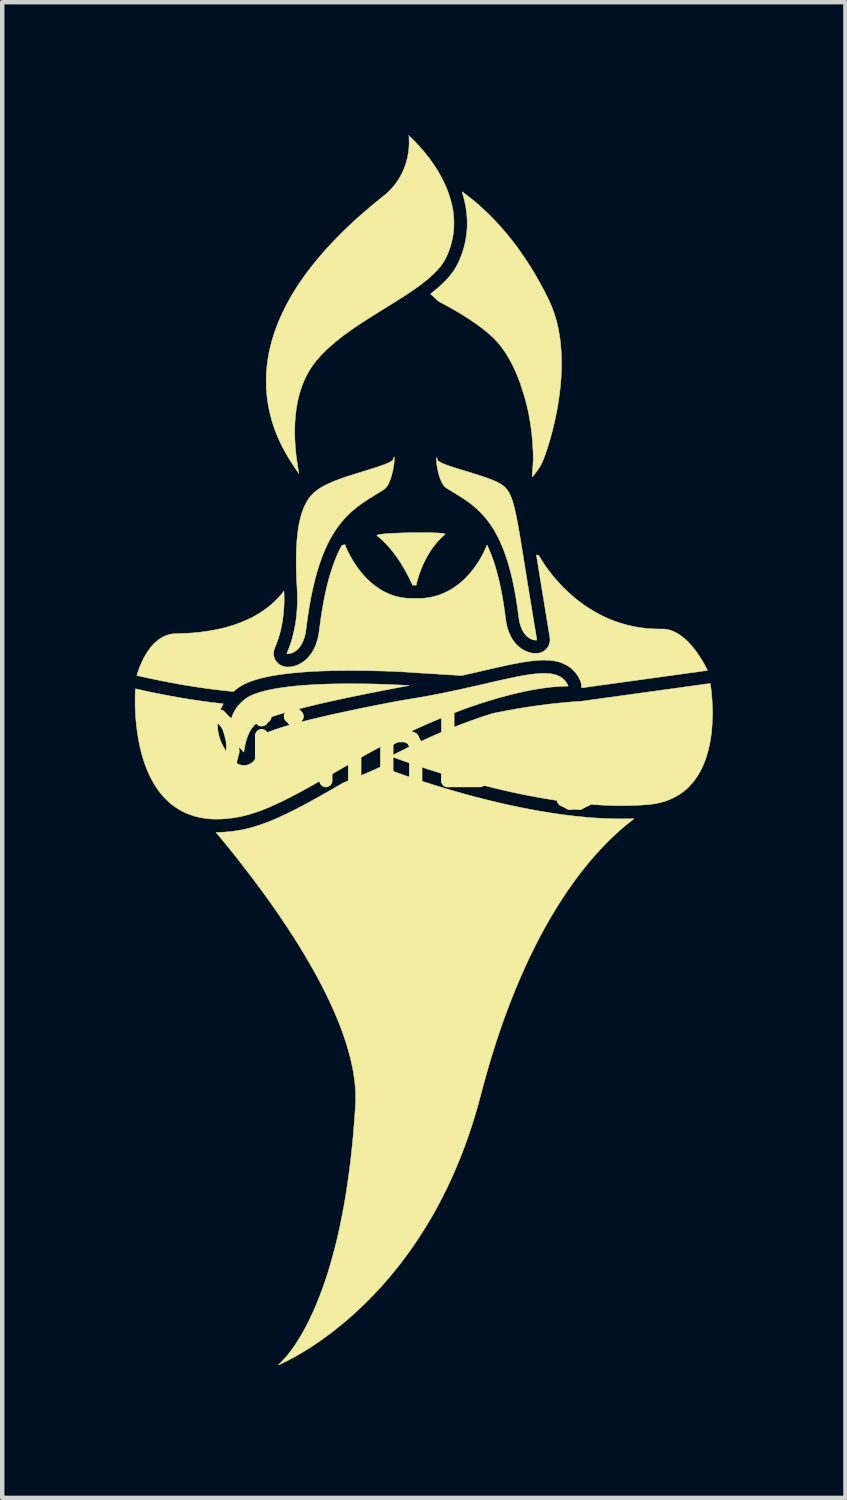
<source format=kicad_pcb>
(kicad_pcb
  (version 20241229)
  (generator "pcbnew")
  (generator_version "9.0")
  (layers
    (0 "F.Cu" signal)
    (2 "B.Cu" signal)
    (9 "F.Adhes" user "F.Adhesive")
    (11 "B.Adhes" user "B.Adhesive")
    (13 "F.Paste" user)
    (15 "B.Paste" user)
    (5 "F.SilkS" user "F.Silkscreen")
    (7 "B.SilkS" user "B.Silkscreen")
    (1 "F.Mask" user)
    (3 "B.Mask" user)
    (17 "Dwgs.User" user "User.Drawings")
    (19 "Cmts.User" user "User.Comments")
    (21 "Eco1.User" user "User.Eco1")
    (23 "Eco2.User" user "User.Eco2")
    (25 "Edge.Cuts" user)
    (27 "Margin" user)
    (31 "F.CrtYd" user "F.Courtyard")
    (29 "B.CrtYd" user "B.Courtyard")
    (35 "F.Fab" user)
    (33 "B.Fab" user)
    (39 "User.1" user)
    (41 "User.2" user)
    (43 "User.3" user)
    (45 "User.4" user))
  (footprint "DjinnLogo"
    (layer "F.Cu")
    (at 6.531 13.91)
    (property "Reference" "DjinnLogo" (at 0 0 0) (layer "F.SilkS") (effects (font (size 1.524 1.524) (thickness 0.3))))
    (attr exclude_from_pos_files exclude_from_bom)
    (fp_poly (pts (xy -0.337 -13.903) (xy -0.337 -13.903) (xy -0.336 -13.897) (xy -0.336 -13.895) (xy -0.336 -13.892) (xy -0.338 -13.892) (xy -0.341 -13.894) (xy -0.341 -13.897) (xy -0.34 -13.902) (xy -0.338 -13.905) (xy -0.337 -13.903)) (stroke (width 0.01) (type solid)) (fill yes) (layer "F.SilkS"))
    (fp_poly (pts (xy -0.049 -4.915) (xy -0.01 -4.915) (xy 0.028 -4.915) (xy 0.065 -4.915) (xy 0.1 -4.915) (xy 0.133 -4.914) (xy 0.164 -4.914) (xy 0.191 -4.914) (xy 0.216 -4.913) (xy 0.237 -4.913) (xy 0.253 -4.912) (xy 0.262 -4.912) (xy 0.305 -4.91) (xy 0.343 -4.907) (xy 0.376 -4.905) (xy 0.405 -4.902) (xy 0.429 -4.9) (xy 0.448 -4.897) (xy 0.464 -4.894) (xy 0.474 -4.891) (xy 0.481 -4.887) (xy 0.482 -4.886) (xy 0.484 -4.883) (xy 0.482 -4.88) (xy 0.478 -4.877) (xy 0.447 -4.849) (xy 0.413 -4.818) (xy 0.379 -4.784) (xy 0.345 -4.748) (xy 0.311 -4.71) (xy 0.279 -4.673) (xy 0.248 -4.635) (xy 0.246 -4.633) (xy 0.193 -4.562) (xy 0.143 -4.487) (xy 0.095 -4.409) (xy 0.05 -4.328) (xy 0.008 -4.244) (xy -0.032 -4.157) (xy -0.068 -4.067) (xy -0.101 -3.976) (xy -0.131 -3.883) (xy -0.157 -3.789) (xy -0.162 -3.769) (xy -0.172 -3.727) (xy -0.183 -3.727) (xy -0.189 -3.728) (xy -0.199 -3.728) (xy -0.211 -3.729) (xy -0.223 -3.729) (xy -0.252 -3.73) (xy -0.276 -3.783) (xy -0.322 -3.877) (xy -0.37 -3.97) (xy -0.419 -4.061) (xy -0.471 -4.149) (xy -0.523 -4.235) (xy -0.577 -4.317) (xy -0.632 -4.395) (xy -0.688 -4.47) (xy -0.732 -4.525) (xy -0.781 -4.584) (xy -0.832 -4.64) (xy -0.883 -4.694) (xy -0.935 -4.744) (xy -0.987 -4.791) (xy -1.031 -4.828) (xy -1.044 -4.838) (xy -1.053 -4.847) (xy -1.058 -4.852) (xy -1.06 -4.855) (xy -1.06 -4.855) (xy -1.056 -4.859) (xy -1.048 -4.863) (xy -1.035 -4.867) (xy -1.019 -4.871) (xy -1 -4.875) (xy -0.977 -4.879) (xy -0.955 -4.882) (xy -0.929 -4.885) (xy -0.9 -4.888) (xy -0.869 -4.89) (xy -0.835 -4.893) (xy -0.798 -4.896) (xy -0.758 -4.898) (xy -0.715 -4.901) (xy -0.668 -4.903) (xy -0.617 -4.905) (xy -0.563 -4.907) (xy -0.504 -4.91) (xy -0.44 -4.912) (xy -0.438 -4.912) (xy -0.42 -4.912) (xy -0.398 -4.913) (xy -0.372 -4.913) (xy -0.343 -4.914) (xy -0.312 -4.914) (xy -0.278 -4.914) (xy -0.242 -4.915) (xy -0.205 -4.915) (xy -0.167 -4.915) (xy -0.127 -4.915) (xy -0.088 -4.915) (xy -0.049 -4.915)) (stroke (width 0.01) (type solid)) (fill yes) (layer "F.SilkS"))
    (fp_poly (pts (xy -1.562 -1.499) (xy -1.481 -1.498) (xy -1.403 -1.498) (xy -1.327 -1.497) (xy -1.253 -1.496) (xy -1.181 -1.495) (xy -1.108 -1.493) (xy -1.035 -1.491) (xy -0.961 -1.489) (xy -0.886 -1.486) (xy -0.807 -1.483) (xy -0.725 -1.48) (xy -0.667 -1.478) (xy -0.639 -1.476) (xy -0.61 -1.475) (xy -0.581 -1.474) (xy -0.551 -1.472) (xy -0.522 -1.471) (xy -0.493 -1.469) (xy -0.466 -1.468) (xy -0.44 -1.466) (xy -0.415 -1.465) (xy -0.393 -1.464) (xy -0.374 -1.463) (xy -0.357 -1.462) (xy -0.344 -1.461) (xy -0.335 -1.46) (xy -0.329 -1.459) (xy -0.328 -1.459) (xy -0.331 -1.459) (xy -0.337 -1.457) (xy -0.347 -1.455) (xy -0.36 -1.453) (xy -0.376 -1.45) (xy -0.394 -1.447) (xy -0.414 -1.443) (xy -0.423 -1.441) (xy -0.53 -1.422) (xy -0.639 -1.401) (xy -0.749 -1.381) (xy -0.859 -1.36) (xy -0.97 -1.338) (xy -1.082 -1.316) (xy -1.193 -1.294) (xy -1.303 -1.272) (xy -1.413 -1.25) (xy -1.522 -1.227) (xy -1.629 -1.205) (xy -1.735 -1.183) (xy -1.839 -1.161) (xy -1.94 -1.139) (xy -2.039 -1.117) (xy -2.135 -1.096) (xy -2.228 -1.075) (xy -2.317 -1.055) (xy -2.403 -1.035) (xy -2.484 -1.015) (xy -2.549 -1) (xy -2.583 -0.991) (xy -2.613 -0.984) (xy -2.64 -0.978) (xy -2.663 -0.972) (xy -2.683 -0.967) (xy -2.702 -0.962) (xy -2.718 -0.958) (xy -2.734 -0.954) (xy -2.749 -0.95) (xy -2.764 -0.947) (xy -2.779 -0.943) (xy -2.795 -0.939) (xy -2.805 -0.936) (xy -2.898 -0.912) (xy -2.988 -0.888) (xy -3.072 -0.864) (xy -3.153 -0.842) (xy -3.228 -0.819) (xy -3.3 -0.798) (xy -3.367 -0.777) (xy -3.43 -0.756) (xy -3.49 -0.735) (xy -3.545 -0.715) (xy -3.596 -0.696) (xy -3.644 -0.677) (xy -3.687 -0.658) (xy -3.701 -0.652) (xy -3.714 -0.646) (xy -3.727 -0.639) (xy -3.738 -0.633) (xy -3.746 -0.629) (xy -3.777 -0.608) (xy -3.808 -0.583) (xy -3.838 -0.555) (xy -3.866 -0.522) (xy -3.893 -0.487) (xy -3.909 -0.462) (xy -3.917 -0.448) (xy -3.927 -0.43) (xy -3.937 -0.411) (xy -3.948 -0.39) (xy -3.958 -0.368) (xy -3.967 -0.348) (xy -3.975 -0.33) (xy -3.978 -0.324) (xy -3.995 -0.275) (xy -4.012 -0.223) (xy -4.027 -0.169) (xy -4.04 -0.114) (xy -4.051 -0.06) (xy -4.059 -0.007) (xy -4.062 0.01) (xy -4.063 0.023) (xy -4.065 0.032) (xy -4.066 0.038) (xy -4.066 0.042) (xy -4.067 0.044) (xy -4.068 0.045) (xy -4.069 0.045) (xy -4.069 0.045) (xy -4.071 0.043) (xy -4.076 0.039) (xy -4.082 0.032) (xy -4.091 0.023) (xy -4.097 0.017) (xy -4.144 -0.037) (xy -4.187 -0.091) (xy -4.226 -0.147) (xy -4.26 -0.203) (xy -4.289 -0.26) (xy -4.314 -0.317) (xy -4.326 -0.352) (xy -4.343 -0.408) (xy -4.355 -0.463) (xy -4.362 -0.517) (xy -4.364 -0.571) (xy -4.362 -0.624) (xy -4.355 -0.677) (xy -4.343 -0.729) (xy -4.327 -0.78) (xy -4.306 -0.83) (xy -4.28 -0.88) (xy -4.25 -0.929) (xy -4.215 -0.977) (xy -4.176 -1.024) (xy -4.132 -1.071) (xy -4.088 -1.111) (xy -4.062 -1.134) (xy -4.036 -1.154) (xy -4.011 -1.173) (xy -3.985 -1.189) (xy -3.956 -1.206) (xy -3.924 -1.222) (xy -3.921 -1.224) (xy -3.871 -1.247) (xy -3.817 -1.269) (xy -3.758 -1.29) (xy -3.695 -1.31) (xy -3.627 -1.329) (xy -3.555 -1.347) (xy -3.478 -1.364) (xy -3.397 -1.38) (xy -3.312 -1.395) (xy -3.222 -1.409) (xy -3.128 -1.422) (xy -3.03 -1.435) (xy -2.928 -1.446) (xy -2.821 -1.456) (xy -2.711 -1.465) (xy -2.596 -1.473) (xy -2.477 -1.48) (xy -2.355 -1.486) (xy -2.348 -1.486) (xy -2.3 -1.488) (xy -2.255 -1.49) (xy -2.212 -1.491) (xy -2.169 -1.493) (xy -2.128 -1.494) (xy -2.086 -1.495) (xy -2.044 -1.496) (xy -2.002 -1.497) (xy -1.958 -1.497) (xy -1.912 -1.498) (xy -1.864 -1.498) (xy -1.813 -1.499) (xy -1.759 -1.499) (xy -1.701 -1.499) (xy -1.647 -1.499) (xy -1.562 -1.499)) (stroke (width 0.01) (type solid)) (fill yes) (layer "F.SilkS"))
    (fp_poly (pts (xy 6.479 -1.503) (xy 6.48 -1.496) (xy 6.482 -1.485) (xy 6.484 -1.471) (xy 6.487 -1.454) (xy 6.489 -1.436) (xy 6.492 -1.415) (xy 6.495 -1.394) (xy 6.498 -1.372) (xy 6.5 -1.35) (xy 6.503 -1.328) (xy 6.505 -1.307) (xy 6.507 -1.293) (xy 6.517 -1.173) (xy 6.524 -1.054) (xy 6.529 -0.936) (xy 6.53 -0.819) (xy 6.528 -0.704) (xy 6.522 -0.591) (xy 6.514 -0.48) (xy 6.503 -0.371) (xy 6.488 -0.265) (xy 6.471 -0.163) (xy 6.463 -0.125) (xy 6.441 -0.026) (xy 6.416 0.069) (xy 6.388 0.16) (xy 6.357 0.248) (xy 6.324 0.332) (xy 6.287 0.413) (xy 6.247 0.49) (xy 6.204 0.564) (xy 6.159 0.633) (xy 6.11 0.699) (xy 6.059 0.762) (xy 6.005 0.821) (xy 5.948 0.876) (xy 5.888 0.927) (xy 5.855 0.952) (xy 5.797 0.993) (xy 5.735 1.031) (xy 5.671 1.067) (xy 5.604 1.099) (xy 5.535 1.128) (xy 5.465 1.154) (xy 5.465 1.154) (xy 5.391 1.176) (xy 5.314 1.195) (xy 5.234 1.211) (xy 5.152 1.224) (xy 5.076 1.232) (xy 4.997 1.238) (xy 4.913 1.244) (xy 4.826 1.249) (xy 4.737 1.252) (xy 4.646 1.255) (xy 4.553 1.256) (xy 4.461 1.257) (xy 4.368 1.256) (xy 4.344 1.256) (xy 4.183 1.251) (xy 4.019 1.244) (xy 3.851 1.233) (xy 3.68 1.219) (xy 3.506 1.202) (xy 3.328 1.182) (xy 3.148 1.158) (xy 2.964 1.132) (xy 2.778 1.102) (xy 2.588 1.07) (xy 2.396 1.034) (xy 2.201 0.995) (xy 2.004 0.953) (xy 1.803 0.908) (xy 1.601 0.86) (xy 1.396 0.809) (xy 1.188 0.755) (xy 0.978 0.698) (xy 0.939 0.687) (xy 0.669 0.609) (xy 0.398 0.528) (xy 0.126 0.442) (xy -0.146 0.353) (xy -0.416 0.26) (xy -0.665 0.171) (xy -0.684 0.164) (xy -0.701 0.158) (xy -0.716 0.152) (xy -0.728 0.147) (xy -0.737 0.144) (xy -0.743 0.141) (xy -0.745 0.14) (xy -0.743 0.139) (xy -0.737 0.135) (xy -0.727 0.13) (xy -0.714 0.122) (xy -0.697 0.114) (xy -0.677 0.103) (xy -0.654 0.091) (xy -0.629 0.078) (xy -0.601 0.064) (xy -0.57 0.049) (xy -0.538 0.033) (xy -0.504 0.016) (xy -0.485 0.006) (xy -0.314 -0.079) (xy -0.141 -0.161) (xy 0.032 -0.241) (xy 0.204 -0.319) (xy 0.377 -0.393) (xy 0.548 -0.465) (xy 0.719 -0.533) (xy 0.889 -0.598) (xy 1.056 -0.66) (xy 1.222 -0.719) (xy 1.386 -0.774) (xy 1.5 -0.81) (xy 1.516 -0.815) (xy 1.53 -0.82) (xy 1.544 -0.824) (xy 1.558 -0.828) (xy 1.572 -0.831) (xy 1.587 -0.835) (xy 1.603 -0.839) (xy 1.622 -0.842) (xy 1.643 -0.847) (xy 1.667 -0.852) (xy 1.696 -0.857) (xy 1.712 -0.86) (xy 1.905 -0.897) (xy 2.097 -0.931) (xy 2.288 -0.963) (xy 2.476 -0.991) (xy 2.663 -1.017) (xy 2.846 -1.04) (xy 3.027 -1.06) (xy 3.205 -1.077) (xy 3.38 -1.092) (xy 3.486 -1.099) (xy 3.505 -1.1) (xy 3.522 -1.101) (xy 3.538 -1.103) (xy 3.551 -1.104) (xy 3.561 -1.104) (xy 3.568 -1.105) (xy 3.569 -1.105) (xy 3.572 -1.105) (xy 3.58 -1.106) (xy 3.592 -1.108) (xy 3.608 -1.11) (xy 3.628 -1.113) (xy 3.652 -1.116) (xy 3.679 -1.12) (xy 3.709 -1.124) (xy 3.742 -1.129) (xy 3.779 -1.134) (xy 3.818 -1.139) (xy 3.859 -1.145) (xy 3.903 -1.151) (xy 3.949 -1.157) (xy 3.996 -1.164) (xy 4.046 -1.171) (xy 4.096 -1.178) (xy 4.148 -1.185) (xy 4.164 -1.187) (xy 4.244 -1.198) (xy 4.319 -1.208) (xy 4.391 -1.218) (xy 4.458 -1.228) (xy 4.522 -1.236) (xy 4.583 -1.245) (xy 4.64 -1.253) (xy 4.695 -1.26) (xy 4.748 -1.268) (xy 4.798 -1.275) (xy 4.846 -1.281) (xy 4.893 -1.288) (xy 4.939 -1.294) (xy 4.983 -1.3) (xy 5.026 -1.306) (xy 5.07 -1.312) (xy 5.112 -1.318) (xy 5.155 -1.324) (xy 5.199 -1.33) (xy 5.243 -1.336) (xy 5.287 -1.342) (xy 5.333 -1.349) (xy 5.381 -1.355) (xy 5.43 -1.362) (xy 5.481 -1.369) (xy 5.535 -1.377) (xy 5.591 -1.384) (xy 5.65 -1.392) (xy 5.713 -1.401) (xy 5.778 -1.41) (xy 5.828 -1.417) (xy 5.883 -1.425) (xy 5.936 -1.432) (xy 5.989 -1.439) (xy 6.039 -1.446) (xy 6.088 -1.453) (xy 6.135 -1.459) (xy 6.18 -1.466) (xy 6.222 -1.471) (xy 6.262 -1.477) (xy 6.299 -1.482) (xy 6.333 -1.487) (xy 6.364 -1.491) (xy 6.392 -1.495) (xy 6.416 -1.498) (xy 6.437 -1.501) (xy 6.453 -1.503) (xy 6.466 -1.504) (xy 6.474 -1.505) (xy 6.478 -1.506) (xy 6.478 -1.506) (xy 6.479 -1.503)) (stroke (width 0.01) (type solid)) (fill yes) (layer "F.SilkS"))
    (fp_poly (pts (xy 0.295 -6.609) (xy 0.298 -6.602) (xy 0.302 -6.59) (xy 0.306 -6.579) (xy 0.309 -6.567) (xy 0.312 -6.559) (xy 0.316 -6.552) (xy 0.321 -6.546) (xy 0.322 -6.544) (xy 0.333 -6.534) (xy 0.347 -6.524) (xy 0.365 -6.512) (xy 0.387 -6.501) (xy 0.413 -6.488) (xy 0.442 -6.475) (xy 0.476 -6.462) (xy 0.514 -6.447) (xy 0.556 -6.432) (xy 0.603 -6.416) (xy 0.641 -6.404) (xy 0.656 -6.399) (xy 0.672 -6.393) (xy 0.689 -6.388) (xy 0.706 -6.382) (xy 0.726 -6.376) (xy 0.747 -6.37) (xy 0.77 -6.363) (xy 0.795 -6.355) (xy 0.823 -6.346) (xy 0.854 -6.337) (xy 0.888 -6.326) (xy 0.925 -6.315) (xy 0.967 -6.302) (xy 1.013 -6.288) (xy 1.027 -6.284) (xy 1.098 -6.262) (xy 1.164 -6.241) (xy 1.226 -6.221) (xy 1.284 -6.203) (xy 1.339 -6.185) (xy 1.389 -6.167) (xy 1.436 -6.151) (xy 1.48 -6.135) (xy 1.52 -6.12) (xy 1.558 -6.105) (xy 1.592 -6.091) (xy 1.624 -6.077) (xy 1.654 -6.063) (xy 1.681 -6.049) (xy 1.707 -6.036) (xy 1.73 -6.023) (xy 1.751 -6.009) (xy 1.771 -5.996) (xy 1.79 -5.982) (xy 1.793 -5.98) (xy 1.815 -5.962) (xy 1.837 -5.942) (xy 1.857 -5.921) (xy 1.877 -5.898) (xy 1.895 -5.874) (xy 1.913 -5.847) (xy 1.93 -5.818) (xy 1.946 -5.786) (xy 1.962 -5.752) (xy 1.978 -5.715) (xy 1.993 -5.675) (xy 2.007 -5.632) (xy 2.021 -5.585) (xy 2.035 -5.535) (xy 2.049 -5.482) (xy 2.063 -5.424) (xy 2.077 -5.362) (xy 2.091 -5.296) (xy 2.105 -5.226) (xy 2.115 -5.174) (xy 2.119 -5.15) (xy 2.124 -5.126) (xy 2.128 -5.103) (xy 2.133 -5.078) (xy 2.137 -5.054) (xy 2.142 -5.029) (xy 2.146 -5.002) (xy 2.151 -4.975) (xy 2.156 -4.946) (xy 2.161 -4.916) (xy 2.167 -4.884) (xy 2.172 -4.85) (xy 2.178 -4.814) (xy 2.185 -4.776) (xy 2.191 -4.735) (xy 2.199 -4.692) (xy 2.206 -4.645) (xy 2.214 -4.596) (xy 2.223 -4.543) (xy 2.232 -4.486) (xy 2.242 -4.426) (xy 2.252 -4.362) (xy 2.263 -4.294) (xy 2.275 -4.222) (xy 2.285 -4.16) (xy 2.307 -4.021) (xy 2.329 -3.887) (xy 2.35 -3.756) (xy 2.371 -3.63) (xy 2.391 -3.507) (xy 2.41 -3.388) (xy 2.43 -3.271) (xy 2.448 -3.158) (xy 2.466 -3.047) (xy 2.484 -2.938) (xy 2.502 -2.832) (xy 2.512 -2.769) (xy 2.518 -2.735) (xy 2.524 -2.702) (xy 2.529 -2.67) (xy 2.534 -2.641) (xy 2.538 -2.613) (xy 2.542 -2.588) (xy 2.546 -2.565) (xy 2.549 -2.546) (xy 2.552 -2.529) (xy 2.554 -2.517) (xy 2.555 -2.509) (xy 2.556 -2.505) (xy 2.556 -2.497) (xy 2.556 -2.492) (xy 2.555 -2.49) (xy 2.552 -2.488) (xy 2.551 -2.488) (xy 2.543 -2.486) (xy 2.532 -2.486) (xy 2.519 -2.486) (xy 2.505 -2.488) (xy 2.495 -2.489) (xy 2.469 -2.495) (xy 2.442 -2.505) (xy 2.415 -2.517) (xy 2.389 -2.532) (xy 2.364 -2.549) (xy 2.363 -2.549) (xy 2.33 -2.577) (xy 2.3 -2.608) (xy 2.272 -2.643) (xy 2.247 -2.682) (xy 2.225 -2.725) (xy 2.204 -2.772) (xy 2.187 -2.823) (xy 2.174 -2.866) (xy 2.17 -2.883) (xy 2.167 -2.899) (xy 2.163 -2.915) (xy 2.16 -2.932) (xy 2.156 -2.951) (xy 2.153 -2.972) (xy 2.15 -2.996) (xy 2.146 -3.023) (xy 2.142 -3.055) (xy 2.141 -3.06) (xy 2.122 -3.199) (xy 2.102 -3.334) (xy 2.081 -3.465) (xy 2.058 -3.591) (xy 2.035 -3.713) (xy 2.01 -3.83) (xy 1.984 -3.944) (xy 1.956 -4.054) (xy 1.927 -4.16) (xy 1.897 -4.262) (xy 1.865 -4.36) (xy 1.832 -4.455) (xy 1.797 -4.547) (xy 1.761 -4.635) (xy 1.724 -4.719) (xy 1.685 -4.801) (xy 1.644 -4.879) (xy 1.602 -4.955) (xy 1.589 -4.977) (xy 1.536 -5.06) (xy 1.481 -5.14) (xy 1.423 -5.217) (xy 1.362 -5.29) (xy 1.297 -5.36) (xy 1.228 -5.428) (xy 1.156 -5.493) (xy 1.08 -5.556) (xy 1.031 -5.593) (xy 1.01 -5.609) (xy 0.988 -5.624) (xy 0.966 -5.64) (xy 0.943 -5.656) (xy 0.92 -5.672) (xy 0.895 -5.688) (xy 0.868 -5.706) (xy 0.84 -5.724) (xy 0.809 -5.743) (xy 0.776 -5.764) (xy 0.74 -5.786) (xy 0.701 -5.81) (xy 0.658 -5.836) (xy 0.614 -5.863) (xy 0.589 -5.878) (xy 0.569 -5.891) (xy 0.552 -5.901) (xy 0.537 -5.91) (xy 0.525 -5.917) (xy 0.516 -5.923) (xy 0.508 -5.928) (xy 0.502 -5.933) (xy 0.496 -5.937) (xy 0.492 -5.941) (xy 0.488 -5.945) (xy 0.483 -5.949) (xy 0.479 -5.953) (xy 0.458 -5.975) (xy 0.439 -6.002) (xy 0.42 -6.033) (xy 0.402 -6.067) (xy 0.385 -6.106) (xy 0.368 -6.148) (xy 0.353 -6.192) (xy 0.339 -6.24) (xy 0.326 -6.29) (xy 0.315 -6.343) (xy 0.305 -6.397) (xy 0.296 -6.454) (xy 0.292 -6.488) (xy 0.29 -6.505) (xy 0.289 -6.522) (xy 0.288 -6.54) (xy 0.287 -6.558) (xy 0.286 -6.574) (xy 0.286 -6.588) (xy 0.287 -6.599) (xy 0.287 -6.607) (xy 0.289 -6.611) (xy 0.289 -6.611) (xy 0.292 -6.612) (xy 0.295 -6.609)) (stroke (width 0.01) (type solid)) (fill yes) (layer "F.SilkS"))
    (fp_poly (pts (xy -0.669 -6.626) (xy -0.667 -6.622) (xy -0.666 -6.614) (xy -0.665 -6.603) (xy -0.665 -6.587) (xy -0.665 -6.567) (xy -0.665 -6.566) (xy -0.668 -6.522) (xy -0.673 -6.476) (xy -0.68 -6.426) (xy -0.688 -6.376) (xy -0.698 -6.325) (xy -0.71 -6.274) (xy -0.722 -6.224) (xy -0.736 -6.177) (xy -0.744 -6.152) (xy -0.759 -6.11) (xy -0.774 -6.072) (xy -0.789 -6.038) (xy -0.804 -6.008) (xy -0.82 -5.981) (xy -0.837 -5.956) (xy -0.855 -5.934) (xy -0.87 -5.919) (xy -0.877 -5.912) (xy -0.884 -5.905) (xy -0.891 -5.9) (xy -0.897 -5.894) (xy -0.905 -5.889) (xy -0.915 -5.882) (xy -0.926 -5.875) (xy -0.94 -5.866) (xy -0.958 -5.855) (xy -0.959 -5.855) (xy -0.998 -5.831) (xy -1.034 -5.809) (xy -1.066 -5.79) (xy -1.095 -5.772) (xy -1.12 -5.756) (xy -1.144 -5.742) (xy -1.164 -5.729) (xy -1.183 -5.718) (xy -1.2 -5.707) (xy -1.215 -5.698) (xy -1.229 -5.689) (xy -1.242 -5.68) (xy -1.255 -5.673) (xy -1.267 -5.665) (xy -1.278 -5.657) (xy -1.29 -5.649) (xy -1.303 -5.641) (xy -1.315 -5.632) (xy -1.323 -5.627) (xy -1.38 -5.589) (xy -1.432 -5.552) (xy -1.482 -5.515) (xy -1.529 -5.479) (xy -1.573 -5.442) (xy -1.616 -5.405) (xy -1.659 -5.366) (xy -1.701 -5.326) (xy -1.719 -5.308) (xy -1.748 -5.278) (xy -1.775 -5.251) (xy -1.799 -5.224) (xy -1.823 -5.197) (xy -1.847 -5.169) (xy -1.852 -5.163) (xy -1.906 -5.095) (xy -1.959 -5.023) (xy -2.009 -4.949) (xy -2.058 -4.871) (xy -2.105 -4.79) (xy -2.15 -4.705) (xy -2.193 -4.617) (xy -2.235 -4.525) (xy -2.274 -4.43) (xy -2.312 -4.33) (xy -2.349 -4.227) (xy -2.384 -4.12) (xy -2.417 -4.009) (xy -2.449 -3.894) (xy -2.479 -3.774) (xy -2.508 -3.65) (xy -2.528 -3.558) (xy -2.544 -3.48) (xy -2.56 -3.397) (xy -2.575 -3.311) (xy -2.591 -3.223) (xy -2.605 -3.133) (xy -2.619 -3.042) (xy -2.632 -2.952) (xy -2.644 -2.862) (xy -2.653 -2.793) (xy -2.659 -2.745) (xy -2.665 -2.702) (xy -2.672 -2.663) (xy -2.678 -2.627) (xy -2.686 -2.593) (xy -2.694 -2.562) (xy -2.703 -2.532) (xy -2.713 -2.503) (xy -2.724 -2.475) (xy -2.736 -2.447) (xy -2.736 -2.446) (xy -2.758 -2.403) (xy -2.782 -2.363) (xy -2.808 -2.327) (xy -2.837 -2.294) (xy -2.868 -2.264) (xy -2.9 -2.239) (xy -2.934 -2.217) (xy -2.969 -2.2) (xy -3.006 -2.187) (xy -3.014 -2.185) (xy -3.027 -2.182) (xy -3.041 -2.18) (xy -3.055 -2.178) (xy -3.069 -2.178) (xy -3.08 -2.178) (xy -3.089 -2.178) (xy -3.091 -2.179) (xy -3.095 -2.181) (xy -3.096 -2.184) (xy -3.095 -2.187) (xy -3.092 -2.194) (xy -3.088 -2.204) (xy -3.083 -2.216) (xy -3.078 -2.23) (xy -3.075 -2.235) (xy -3.038 -2.329) (xy -3.004 -2.426) (xy -2.974 -2.527) (xy -2.947 -2.63) (xy -2.923 -2.737) (xy -2.903 -2.846) (xy -2.891 -2.92) (xy -2.876 -3.041) (xy -2.866 -3.164) (xy -2.859 -3.289) (xy -2.857 -3.415) (xy -2.859 -3.544) (xy -2.864 -3.65) (xy -2.868 -3.728) (xy -2.872 -3.803) (xy -2.876 -3.874) (xy -2.878 -3.942) (xy -2.88 -4.008) (xy -2.882 -4.072) (xy -2.883 -4.136) (xy -2.884 -4.199) (xy -2.884 -4.263) (xy -2.883 -4.327) (xy -2.883 -4.33) (xy -2.883 -4.38) (xy -2.882 -4.425) (xy -2.881 -4.468) (xy -2.88 -4.507) (xy -2.879 -4.545) (xy -2.877 -4.581) (xy -2.876 -4.617) (xy -2.873 -4.652) (xy -2.871 -4.689) (xy -2.869 -4.719) (xy -2.86 -4.817) (xy -2.85 -4.91) (xy -2.838 -4.999) (xy -2.824 -5.084) (xy -2.808 -5.165) (xy -2.79 -5.242) (xy -2.77 -5.314) (xy -2.748 -5.383) (xy -2.724 -5.448) (xy -2.699 -5.509) (xy -2.671 -5.567) (xy -2.641 -5.621) (xy -2.61 -5.671) (xy -2.576 -5.717) (xy -2.54 -5.761) (xy -2.536 -5.765) (xy -2.502 -5.801) (xy -2.465 -5.835) (xy -2.425 -5.867) (xy -2.382 -5.899) (xy -2.335 -5.929) (xy -2.285 -5.958) (xy -2.23 -5.987) (xy -2.197 -6.004) (xy -2.167 -6.018) (xy -2.139 -6.031) (xy -2.11 -6.044) (xy -2.082 -6.056) (xy -2.053 -6.069) (xy -2.024 -6.081) (xy -1.994 -6.093) (xy -1.963 -6.105) (xy -1.931 -6.117) (xy -1.897 -6.129) (xy -1.862 -6.142) (xy -1.824 -6.155) (xy -1.785 -6.169) (xy -1.742 -6.183) (xy -1.697 -6.198) (xy -1.648 -6.213) (xy -1.597 -6.23) (xy -1.541 -6.247) (xy -1.482 -6.265) (xy -1.419 -6.285) (xy -1.373 -6.299) (xy -1.312 -6.318) (xy -1.255 -6.335) (xy -1.202 -6.352) (xy -1.153 -6.367) (xy -1.108 -6.382) (xy -1.067 -6.395) (xy -1.028 -6.408) (xy -0.993 -6.42) (xy -0.96 -6.432) (xy -0.93 -6.442) (xy -0.902 -6.453) (xy -0.877 -6.462) (xy -0.853 -6.472) (xy -0.831 -6.481) (xy -0.81 -6.49) (xy -0.792 -6.498) (xy -0.767 -6.51) (xy -0.745 -6.523) (xy -0.726 -6.536) (xy -0.711 -6.548) (xy -0.7 -6.559) (xy -0.693 -6.57) (xy -0.691 -6.576) (xy -0.687 -6.59) (xy -0.683 -6.603) (xy -0.679 -6.614) (xy -0.676 -6.622) (xy -0.673 -6.627) (xy -0.671 -6.627) (xy -0.669 -6.626)) (stroke (width 0.01) (type solid)) (fill yes) (layer "F.SilkS"))
    (fp_poly (pts (xy 0.87 -12.622) (xy 0.875 -12.619) (xy 0.884 -12.613) (xy 0.896 -12.605) (xy 0.91 -12.595) (xy 0.926 -12.583) (xy 0.944 -12.569) (xy 0.963 -12.555) (xy 0.984 -12.539) (xy 1.005 -12.522) (xy 1.027 -12.506) (xy 1.049 -12.488) (xy 1.07 -12.471) (xy 1.092 -12.454) (xy 1.112 -12.438) (xy 1.131 -12.422) (xy 1.145 -12.411) (xy 1.262 -12.311) (xy 1.376 -12.206) (xy 1.489 -12.098) (xy 1.6 -11.985) (xy 1.708 -11.868) (xy 1.815 -11.747) (xy 1.919 -11.622) (xy 2.021 -11.493) (xy 2.121 -11.361) (xy 2.218 -11.224) (xy 2.313 -11.084) (xy 2.406 -10.941) (xy 2.496 -10.794) (xy 2.583 -10.643) (xy 2.668 -10.489) (xy 2.685 -10.457) (xy 2.706 -10.417) (xy 2.727 -10.377) (xy 2.748 -10.337) (xy 2.768 -10.297) (xy 2.788 -10.258) (xy 2.806 -10.22) (xy 2.824 -10.184) (xy 2.84 -10.15) (xy 2.854 -10.12) (xy 2.866 -10.093) (xy 2.867 -10.09) (xy 2.908 -9.992) (xy 2.945 -9.891) (xy 2.978 -9.787) (xy 3.008 -9.68) (xy 3.034 -9.57) (xy 3.056 -9.457) (xy 3.075 -9.341) (xy 3.091 -9.222) (xy 3.102 -9.1) (xy 3.111 -8.975) (xy 3.115 -8.847) (xy 3.116 -8.716) (xy 3.113 -8.582) (xy 3.107 -8.445) (xy 3.104 -8.394) (xy 3.093 -8.256) (xy 3.078 -8.116) (xy 3.059 -7.974) (xy 3.038 -7.83) (xy 3.013 -7.686) (xy 2.984 -7.541) (xy 2.953 -7.397) (xy 2.918 -7.253) (xy 2.881 -7.111) (xy 2.841 -6.97) (xy 2.798 -6.832) (xy 2.787 -6.796) (xy 2.767 -6.737) (xy 2.748 -6.682) (xy 2.729 -6.632) (xy 2.712 -6.586) (xy 2.695 -6.545) (xy 2.679 -6.508) (xy 2.664 -6.475) (xy 2.65 -6.448) (xy 2.64 -6.431) (xy 2.628 -6.411) (xy 2.615 -6.391) (xy 2.601 -6.369) (xy 2.586 -6.348) (xy 2.571 -6.326) (xy 2.556 -6.304) (xy 2.54 -6.283) (xy 2.526 -6.263) (xy 2.512 -6.245) (xy 2.498 -6.228) (xy 2.487 -6.213) (xy 2.476 -6.201) (xy 2.467 -6.191) (xy 2.461 -6.185) (xy 2.456 -6.182) (xy 2.455 -6.181) (xy 2.454 -6.182) (xy 2.453 -6.185) (xy 2.453 -6.191) (xy 2.453 -6.201) (xy 2.453 -6.206) (xy 2.454 -6.217) (xy 2.455 -6.233) (xy 2.456 -6.252) (xy 2.458 -6.273) (xy 2.459 -6.296) (xy 2.461 -6.32) (xy 2.462 -6.344) (xy 2.464 -6.367) (xy 2.465 -6.39) (xy 2.467 -6.41) (xy 2.468 -6.421) (xy 2.47 -6.46) (xy 2.472 -6.498) (xy 2.474 -6.535) (xy 2.475 -6.572) (xy 2.475 -6.61) (xy 2.475 -6.648) (xy 2.474 -6.688) (xy 2.473 -6.731) (xy 2.471 -6.775) (xy 2.468 -6.824) (xy 2.465 -6.875) (xy 2.463 -6.914) (xy 2.453 -7.045) (xy 2.44 -7.175) (xy 2.424 -7.303) (xy 2.405 -7.429) (xy 2.383 -7.552) (xy 2.359 -7.673) (xy 2.332 -7.791) (xy 2.303 -7.906) (xy 2.271 -8.015) (xy 2.264 -8.039) (xy 2.255 -8.066) (xy 2.246 -8.094) (xy 2.237 -8.123) (xy 2.227 -8.153) (xy 2.218 -8.183) (xy 2.208 -8.211) (xy 2.199 -8.238) (xy 2.191 -8.263) (xy 2.184 -8.285) (xy 2.178 -8.303) (xy 2.177 -8.306) (xy 2.137 -8.412) (xy 2.095 -8.515) (xy 2.051 -8.614) (xy 2.005 -8.709) (xy 1.957 -8.801) (xy 1.907 -8.889) (xy 1.855 -8.973) (xy 1.801 -9.053) (xy 1.745 -9.128) (xy 1.688 -9.199) (xy 1.676 -9.213) (xy 1.634 -9.259) (xy 1.588 -9.307) (xy 1.537 -9.356) (xy 1.482 -9.406) (xy 1.422 -9.456) (xy 1.358 -9.508) (xy 1.291 -9.56) (xy 1.219 -9.613) (xy 1.144 -9.666) (xy 1.064 -9.72) (xy 0.981 -9.774) (xy 0.895 -9.829) (xy 0.805 -9.884) (xy 0.794 -9.891) (xy 0.755 -9.914) (xy 0.714 -9.938) (xy 0.672 -9.962) (xy 0.629 -9.986) (xy 0.587 -10.01) (xy 0.545 -10.033) (xy 0.504 -10.056) (xy 0.465 -10.077) (xy 0.429 -10.096) (xy 0.395 -10.113) (xy 0.38 -10.121) (xy 0.368 -10.127) (xy 0.358 -10.133) (xy 0.348 -10.139) (xy 0.338 -10.148) (xy 0.325 -10.158) (xy 0.32 -10.162) (xy 0.307 -10.173) (xy 0.293 -10.186) (xy 0.278 -10.2) (xy 0.262 -10.214) (xy 0.246 -10.228) (xy 0.23 -10.243) (xy 0.214 -10.257) (xy 0.2 -10.27) (xy 0.187 -10.283) (xy 0.175 -10.293) (xy 0.166 -10.302) (xy 0.159 -10.309) (xy 0.155 -10.313) (xy 0.154 -10.314) (xy 0.156 -10.316) (xy 0.161 -10.321) (xy 0.168 -10.327) (xy 0.178 -10.334) (xy 0.185 -10.34) (xy 0.241 -10.385) (xy 0.297 -10.431) (xy 0.351 -10.478) (xy 0.403 -10.526) (xy 0.452 -10.573) (xy 0.499 -10.62) (xy 0.542 -10.667) (xy 0.581 -10.711) (xy 0.582 -10.713) (xy 0.625 -10.767) (xy 0.664 -10.82) (xy 0.7 -10.874) (xy 0.733 -10.929) (xy 0.764 -10.987) (xy 0.794 -11.047) (xy 0.813 -11.091) (xy 0.85 -11.184) (xy 0.883 -11.277) (xy 0.911 -11.372) (xy 0.934 -11.467) (xy 0.953 -11.563) (xy 0.967 -11.66) (xy 0.977 -11.759) (xy 0.978 -11.767) (xy 0.98 -11.806) (xy 0.982 -11.849) (xy 0.982 -11.894) (xy 0.982 -11.941) (xy 0.981 -11.987) (xy 0.979 -12.033) (xy 0.976 -12.077) (xy 0.974 -12.101) (xy 0.965 -12.183) (xy 0.953 -12.267) (xy 0.937 -12.352) (xy 0.919 -12.436) (xy 0.897 -12.519) (xy 0.873 -12.6) (xy 0.873 -12.6) (xy 0.87 -12.609) (xy 0.868 -12.617) (xy 0.867 -12.622) (xy 0.867 -12.623) (xy 0.87 -12.622)) (stroke (width 0.01) (type solid)) (fill yes) (layer "F.SilkS"))
    (fp_poly (pts (xy -0.332 -13.887) (xy -0.329 -13.884) (xy -0.324 -13.879) (xy -0.315 -13.872) (xy -0.305 -13.862) (xy -0.292 -13.85) (xy -0.279 -13.837) (xy -0.264 -13.823) (xy -0.249 -13.808) (xy -0.234 -13.793) (xy -0.219 -13.779) (xy -0.205 -13.764) (xy -0.191 -13.751) (xy -0.18 -13.739) (xy -0.178 -13.737) (xy -0.095 -13.648) (xy -0.016 -13.558) (xy 0.059 -13.466) (xy 0.13 -13.375) (xy 0.197 -13.282) (xy 0.26 -13.189) (xy 0.319 -13.095) (xy 0.373 -13.001) (xy 0.424 -12.906) (xy 0.47 -12.812) (xy 0.512 -12.717) (xy 0.549 -12.622) (xy 0.582 -12.528) (xy 0.61 -12.433) (xy 0.634 -12.339) (xy 0.653 -12.246) (xy 0.66 -12.208) (xy 0.671 -12.126) (xy 0.679 -12.043) (xy 0.683 -11.959) (xy 0.683 -11.876) (xy 0.68 -11.795) (xy 0.675 -11.739) (xy 0.664 -11.648) (xy 0.648 -11.559) (xy 0.627 -11.47) (xy 0.602 -11.382) (xy 0.572 -11.294) (xy 0.538 -11.208) (xy 0.536 -11.205) (xy 0.521 -11.172) (xy 0.507 -11.142) (xy 0.494 -11.114) (xy 0.48 -11.089) (xy 0.466 -11.064) (xy 0.45 -11.038) (xy 0.435 -11.016) (xy 0.412 -10.981) (xy 0.387 -10.948) (xy 0.36 -10.914) (xy 0.332 -10.881) (xy 0.3 -10.846) (xy 0.265 -10.81) (xy 0.25 -10.795) (xy 0.213 -10.759) (xy 0.175 -10.722) (xy 0.135 -10.687) (xy 0.093 -10.651) (xy 0.05 -10.614) (xy 0.003 -10.577) (xy -0.046 -10.54) (xy -0.098 -10.501) (xy -0.153 -10.461) (xy -0.212 -10.419) (xy -0.275 -10.375) (xy -0.28 -10.372) (xy -0.304 -10.356) (xy -0.327 -10.34) (xy -0.352 -10.324) (xy -0.377 -10.307) (xy -0.403 -10.29) (xy -0.431 -10.272) (xy -0.46 -10.253) (xy -0.491 -10.233) (xy -0.523 -10.213) (xy -0.558 -10.191) (xy -0.595 -10.167) (xy -0.635 -10.142) (xy -0.678 -10.115) (xy -0.723 -10.087) (xy -0.772 -10.057) (xy -0.825 -10.024) (xy -0.881 -9.989) (xy -0.917 -9.967) (xy -0.983 -9.926) (xy -1.044 -9.888) (xy -1.101 -9.852) (xy -1.156 -9.818) (xy -1.207 -9.786) (xy -1.255 -9.755) (xy -1.301 -9.726) (xy -1.344 -9.698) (xy -1.386 -9.671) (xy -1.425 -9.645) (xy -1.463 -9.62) (xy -1.5 -9.596) (xy -1.535 -9.572) (xy -1.57 -9.548) (xy -1.579 -9.542) (xy -1.676 -9.475) (xy -1.768 -9.408) (xy -1.856 -9.342) (xy -1.939 -9.276) (xy -2.018 -9.212) (xy -2.093 -9.147) (xy -2.163 -9.084) (xy -2.23 -9.021) (xy -2.292 -8.958) (xy -2.351 -8.895) (xy -2.405 -8.833) (xy -2.456 -8.77) (xy -2.503 -8.708) (xy -2.546 -8.646) (xy -2.585 -8.583) (xy -2.59 -8.575) (xy -2.635 -8.496) (xy -2.677 -8.413) (xy -2.716 -8.326) (xy -2.751 -8.237) (xy -2.783 -8.144) (xy -2.811 -8.048) (xy -2.836 -7.95) (xy -2.858 -7.848) (xy -2.876 -7.743) (xy -2.891 -7.636) (xy -2.903 -7.526) (xy -2.911 -7.413) (xy -2.916 -7.298) (xy -2.917 -7.181) (xy -2.915 -7.061) (xy -2.909 -6.938) (xy -2.901 -6.825) (xy -2.898 -6.793) (xy -2.895 -6.762) (xy -2.892 -6.732) (xy -2.889 -6.703) (xy -2.886 -6.673) (xy -2.882 -6.644) (xy -2.878 -6.613) (xy -2.874 -6.581) (xy -2.869 -6.548) (xy -2.864 -6.512) (xy -2.858 -6.474) (xy -2.852 -6.434) (xy -2.845 -6.39) (xy -2.837 -6.342) (xy -2.829 -6.291) (xy -2.824 -6.26) (xy -2.823 -6.255) (xy -2.824 -6.253) (xy -2.824 -6.253) (xy -2.827 -6.255) (xy -2.83 -6.259) (xy -2.831 -6.26) (xy -2.833 -6.264) (xy -2.837 -6.271) (xy -2.844 -6.281) (xy -2.853 -6.294) (xy -2.863 -6.309) (xy -2.874 -6.325) (xy -2.886 -6.344) (xy -2.899 -6.362) (xy -2.932 -6.411) (xy -2.962 -6.457) (xy -2.99 -6.5) (xy -3.017 -6.541) (xy -3.041 -6.581) (xy -3.065 -6.619) (xy -3.087 -6.657) (xy -3.109 -6.694) (xy -3.131 -6.732) (xy -3.135 -6.74) (xy -3.148 -6.764) (xy -3.162 -6.791) (xy -3.177 -6.82) (xy -3.193 -6.85) (xy -3.209 -6.881) (xy -3.224 -6.911) (xy -3.238 -6.94) (xy -3.251 -6.967) (xy -3.262 -6.99) (xy -3.262 -6.991) (xy -3.313 -7.106) (xy -3.359 -7.222) (xy -3.4 -7.339) (xy -3.436 -7.455) (xy -3.468 -7.573) (xy -3.495 -7.691) (xy -3.518 -7.81) (xy -3.536 -7.93) (xy -3.55 -8.052) (xy -3.551 -8.066) (xy -3.554 -8.093) (xy -3.556 -8.118) (xy -3.557 -8.141) (xy -3.559 -8.164) (xy -3.56 -8.186) (xy -3.56 -8.209) (xy -3.561 -8.233) (xy -3.561 -8.26) (xy -3.562 -8.289) (xy -3.562 -8.322) (xy -3.562 -8.342) (xy -3.562 -8.376) (xy -3.562 -8.406) (xy -3.561 -8.432) (xy -3.561 -8.457) (xy -3.56 -8.479) (xy -3.559 -8.501) (xy -3.558 -8.522) (xy -3.557 -8.544) (xy -3.555 -8.567) (xy -3.553 -8.592) (xy -3.552 -8.604) (xy -3.54 -8.728) (xy -3.522 -8.852) (xy -3.5 -8.976) (xy -3.473 -9.101) (xy -3.441 -9.225) (xy -3.405 -9.35) (xy -3.364 -9.475) (xy -3.318 -9.6) (xy -3.268 -9.725) (xy -3.212 -9.85) (xy -3.152 -9.975) (xy -3.088 -10.1) (xy -3.019 -10.225) (xy -2.945 -10.35) (xy -2.866 -10.475) (xy -2.783 -10.6) (xy -2.695 -10.726) (xy -2.602 -10.851) (xy -2.505 -10.976) (xy -2.403 -11.101) (xy -2.297 -11.226) (xy -2.186 -11.351) (xy -2.07 -11.476) (xy -1.949 -11.601) (xy -1.856 -11.695) (xy -1.766 -11.783) (xy -1.675 -11.87) (xy -1.582 -11.956) (xy -1.487 -12.042) (xy -1.39 -12.128) (xy -1.29 -12.214) (xy -1.188 -12.301) (xy -1.081 -12.389) (xy -0.971 -12.479) (xy -0.95 -12.495) (xy -0.919 -12.521) (xy -0.891 -12.544) (xy -0.866 -12.565) (xy -0.843 -12.584) (xy -0.822 -12.603) (xy -0.802 -12.621) (xy -0.784 -12.638) (xy -0.766 -12.656) (xy -0.748 -12.675) (xy -0.733 -12.692) (xy -0.678 -12.755) (xy -0.627 -12.82) (xy -0.58 -12.889) (xy -0.536 -12.96) (xy -0.497 -13.033) (xy -0.462 -13.109) (xy -0.43 -13.187) (xy -0.403 -13.267) (xy -0.38 -13.349) (xy -0.361 -13.432) (xy -0.347 -13.518) (xy -0.345 -13.527) (xy -0.342 -13.553) (xy -0.339 -13.577) (xy -0.337 -13.598) (xy -0.335 -13.618) (xy -0.334 -13.638) (xy -0.333 -13.659) (xy -0.332 -13.682) (xy -0.331 -13.707) (xy -0.331 -13.735) (xy -0.331 -13.749) (xy -0.331 -13.771) (xy -0.331 -13.792) (xy -0.332 -13.812) (xy -0.332 -13.83) (xy -0.332 -13.845) (xy -0.332 -13.857) (xy -0.333 -13.865) (xy -0.333 -13.866) (xy -0.334 -13.877) (xy -0.334 -13.884) (xy -0.333 -13.887) (xy -0.332 -13.887)) (stroke (width 0.01) (type solid)) (fill yes) (layer "F.SilkS"))
    (fp_poly (pts (xy -0.95 0.385) (xy -0.908 0.4) (xy -0.869 0.414) (xy -0.834 0.428) (xy -0.8 0.44) (xy -0.769 0.451) (xy -0.737 0.463) (xy -0.706 0.474) (xy -0.675 0.485) (xy -0.642 0.497) (xy -0.63 0.501) (xy -0.526 0.538) (xy -0.419 0.576) (xy -0.309 0.613) (xy -0.197 0.651) (xy -0.085 0.688) (xy 0.026 0.724) (xy 0.136 0.759) (xy 0.243 0.793) (xy 0.254 0.796) (xy 0.476 0.864) (xy 0.695 0.929) (xy 0.913 0.99) (xy 1.129 1.049) (xy 1.342 1.104) (xy 1.553 1.156) (xy 1.762 1.206) (xy 1.969 1.252) (xy 2.172 1.295) (xy 2.374 1.334) (xy 2.572 1.371) (xy 2.768 1.404) (xy 2.961 1.434) (xy 3.151 1.461) (xy 3.337 1.484) (xy 3.521 1.504) (xy 3.701 1.521) (xy 3.703 1.522) (xy 3.85 1.533) (xy 3.994 1.542) (xy 4.136 1.549) (xy 4.276 1.553) (xy 4.416 1.555) (xy 4.557 1.555) (xy 4.617 1.554) (xy 4.642 1.554) (xy 4.665 1.554) (xy 4.687 1.553) (xy 4.706 1.553) (xy 4.722 1.553) (xy 4.736 1.553) (xy 4.746 1.553) (xy 4.752 1.553) (xy 4.753 1.553) (xy 4.752 1.555) (xy 4.748 1.559) (xy 4.74 1.565) (xy 4.731 1.572) (xy 4.72 1.58) (xy 4.718 1.582) (xy 4.634 1.647) (xy 4.549 1.716) (xy 4.464 1.789) (xy 4.378 1.866) (xy 4.291 1.946) (xy 4.205 2.029) (xy 4.119 2.115) (xy 4.033 2.204) (xy 3.949 2.295) (xy 3.865 2.388) (xy 3.799 2.464) (xy 3.687 2.598) (xy 3.576 2.737) (xy 3.467 2.88) (xy 3.359 3.027) (xy 3.253 3.179) (xy 3.149 3.335) (xy 3.046 3.495) (xy 2.945 3.659) (xy 2.845 3.828) (xy 2.747 4) (xy 2.651 4.176) (xy 2.557 4.357) (xy 2.465 4.541) (xy 2.374 4.728) (xy 2.285 4.92) (xy 2.235 5.033) (xy 2.155 5.215) (xy 2.078 5.4) (xy 2.002 5.587) (xy 1.929 5.776) (xy 1.857 5.968) (xy 1.786 6.163) (xy 1.717 6.362) (xy 1.65 6.563) (xy 1.584 6.768) (xy 1.52 6.976) (xy 1.457 7.189) (xy 1.395 7.406) (xy 1.335 7.626) (xy 1.295 7.775) (xy 1.28 7.832) (xy 1.266 7.885) (xy 1.253 7.934) (xy 1.24 7.98) (xy 1.228 8.024) (xy 1.217 8.066) (xy 1.205 8.107) (xy 1.193 8.147) (xy 1.182 8.188) (xy 1.17 8.228) (xy 1.157 8.27) (xy 1.156 8.273) (xy 1.091 8.482) (xy 1.023 8.687) (xy 0.952 8.89) (xy 0.877 9.09) (xy 0.799 9.287) (xy 0.717 9.483) (xy 0.632 9.676) (xy 0.591 9.764) (xy 0.557 9.838) (xy 0.52 9.914) (xy 0.482 9.992) (xy 0.442 10.071) (xy 0.402 10.149) (xy 0.363 10.225) (xy 0.323 10.299) (xy 0.307 10.33) (xy 0.206 10.512) (xy 0.101 10.691) (xy -0.007 10.866) (xy -0.118 11.039) (xy -0.233 11.209) (xy -0.351 11.376) (xy -0.471 11.539) (xy -0.595 11.699) (xy -0.722 11.855) (xy -0.852 12.008) (xy -0.985 12.158) (xy -1.121 12.304) (xy -1.26 12.446) (xy -1.401 12.584) (xy -1.545 12.719) (xy -1.692 12.85) (xy -1.724 12.877) (xy -1.846 12.98) (xy -1.969 13.08) (xy -2.093 13.177) (xy -2.218 13.27) (xy -2.343 13.359) (xy -2.469 13.445) (xy -2.595 13.527) (xy -2.72 13.605) (xy -2.845 13.679) (xy -2.97 13.748) (xy -3.049 13.79) (xy -3.068 13.8) (xy -3.089 13.811) (xy -3.112 13.822) (xy -3.135 13.833) (xy -3.158 13.844) (xy -3.181 13.855) (xy -3.203 13.866) (xy -3.223 13.875) (xy -3.242 13.884) (xy -3.259 13.892) (xy -3.273 13.898) (xy -3.284 13.902) (xy -3.29 13.905) (xy -3.291 13.904) (xy -3.288 13.901) (xy -3.283 13.896) (xy -3.278 13.892) (xy -3.268 13.883) (xy -3.256 13.872) (xy -3.242 13.858) (xy -3.227 13.843) (xy -3.21 13.826) (xy -3.194 13.809) (xy -3.177 13.792) (xy -3.162 13.776) (xy -3.149 13.761) (xy -3.138 13.749) (xy -3.076 13.676) (xy -3.016 13.599) (xy -2.956 13.517) (xy -2.897 13.431) (xy -2.838 13.34) (xy -2.781 13.245) (xy -2.724 13.146) (xy -2.668 13.043) (xy -2.613 12.936) (xy -2.559 12.825) (xy -2.506 12.711) (xy -2.454 12.593) (xy -2.403 12.471) (xy -2.354 12.347) (xy -2.305 12.218) (xy -2.258 12.087) (xy -2.212 11.952) (xy -2.168 11.815) (xy -2.125 11.674) (xy -2.117 11.648) (xy -2.066 11.467) (xy -2.016 11.282) (xy -1.969 11.093) (xy -1.924 10.9) (xy -1.882 10.702) (xy -1.841 10.5) (xy -1.803 10.295) (xy -1.767 10.085) (xy -1.733 9.87) (xy -1.702 9.652) (xy -1.672 9.43) (xy -1.645 9.203) (xy -1.62 8.972) (xy -1.597 8.737) (xy -1.577 8.498) (xy -1.57 8.415) (xy -1.567 8.365) (xy -1.563 8.311) (xy -1.559 8.252) (xy -1.554 8.189) (xy -1.55 8.122) (xy -1.545 8.049) (xy -1.544 8.031) (xy -1.542 7.987) (xy -1.54 7.939) (xy -1.539 7.888) (xy -1.54 7.836) (xy -1.541 7.782) (xy -1.542 7.729) (xy -1.545 7.678) (xy -1.548 7.628) (xy -1.549 7.614) (xy -1.56 7.499) (xy -1.576 7.382) (xy -1.595 7.262) (xy -1.619 7.14) (xy -1.646 7.016) (xy -1.678 6.889) (xy -1.714 6.76) (xy -1.753 6.629) (xy -1.797 6.496) (xy -1.845 6.36) (xy -1.897 6.222) (xy -1.953 6.082) (xy -2.013 5.94) (xy -2.077 5.796) (xy -2.145 5.65) (xy -2.217 5.501) (xy -2.292 5.351) (xy -2.372 5.198) (xy -2.456 5.044) (xy -2.544 4.887) (xy -2.636 4.728) (xy -2.731 4.568) (xy -2.831 4.405) (xy -2.935 4.24) (xy -3.042 4.074) (xy -3.154 3.906) (xy -3.269 3.735) (xy -3.349 3.619) (xy -3.45 3.474) (xy -3.555 3.328) (xy -3.663 3.179) (xy -3.774 3.029) (xy -3.887 2.878) (xy -4.003 2.727) (xy -4.12 2.575) (xy -4.239 2.424) (xy -4.358 2.274) (xy -4.478 2.126) (xy -4.599 1.979) (xy -4.654 1.913) (xy -4.696 1.862) (xy -4.683 1.862) (xy -4.678 1.861) (xy -4.668 1.861) (xy -4.655 1.861) (xy -4.64 1.86) (xy -4.622 1.86) (xy -4.604 1.859) (xy -4.598 1.859) (xy -4.499 1.854) (xy -4.4 1.845) (xy -4.301 1.834) (xy -4.201 1.819) (xy -4.099 1.8) (xy -4.078 1.796) (xy -4.006 1.78) (xy -3.933 1.762) (xy -3.859 1.741) (xy -3.783 1.719) (xy -3.705 1.693) (xy -3.626 1.665) (xy -3.544 1.635) (xy -3.46 1.602) (xy -3.374 1.566) (xy -3.285 1.527) (xy -3.194 1.485) (xy -3.1 1.441) (xy -3.003 1.393) (xy -2.902 1.343) (xy -2.799 1.289) (xy -2.73 1.253) (xy -2.689 1.231) (xy -2.648 1.209) (xy -2.606 1.186) (xy -2.563 1.163) (xy -2.52 1.139) (xy -2.475 1.114) (xy -2.429 1.089) (xy -2.381 1.062) (xy -2.331 1.033) (xy -2.279 1.004) (xy -2.224 0.973) (xy -2.166 0.94) (xy -2.105 0.905) (xy -2.04 0.868) (xy -1.972 0.828) (xy -1.945 0.813) (xy -1.923 0.8) (xy -1.902 0.788) (xy -1.883 0.777) (xy -1.865 0.767) (xy -1.849 0.758) (xy -1.836 0.751) (xy -1.826 0.745) (xy -1.819 0.741) (xy -1.817 0.74) (xy -1.811 0.737) (xy -1.802 0.733) (xy -1.79 0.728) (xy -1.776 0.722) (xy -1.76 0.716) (xy -1.752 0.712) (xy -1.7 0.692) (xy -1.646 0.669) (xy -1.588 0.646) (xy -1.528 0.621) (xy -1.466 0.595) (xy -1.403 0.568) (xy -1.34 0.541) (xy -1.278 0.515) (xy -1.216 0.488) (xy -1.156 0.462) (xy -1.099 0.437) (xy -1.044 0.412) (xy -1.002 0.393) (xy -0.968 0.378) (xy -0.95 0.385)) (stroke (width 0.01) (type solid)) (fill yes) (layer "F.SilkS"))
    (fp_poly (pts (xy 2.747 -1.734) (xy 2.774 -1.733) (xy 2.798 -1.732) (xy 2.82 -1.731) (xy 2.837 -1.73) (xy 2.892 -1.722) (xy 2.943 -1.712) (xy 2.99 -1.699) (xy 3.033 -1.683) (xy 3.073 -1.665) (xy 3.11 -1.643) (xy 3.144 -1.618) (xy 3.174 -1.591) (xy 3.201 -1.56) (xy 3.226 -1.525) (xy 3.238 -1.506) (xy 3.242 -1.497) (xy 3.247 -1.487) (xy 3.253 -1.477) (xy 3.258 -1.467) (xy 3.262 -1.458) (xy 3.265 -1.451) (xy 3.266 -1.447) (xy 3.266 -1.447) (xy 3.264 -1.447) (xy 3.258 -1.447) (xy 3.248 -1.446) (xy 3.235 -1.446) (xy 3.219 -1.445) (xy 3.202 -1.445) (xy 3.198 -1.445) (xy 3.108 -1.441) (xy 3.014 -1.435) (xy 2.916 -1.427) (xy 2.814 -1.416) (xy 2.71 -1.402) (xy 2.602 -1.386) (xy 2.492 -1.367) (xy 2.378 -1.346) (xy 2.262 -1.322) (xy 2.144 -1.296) (xy 2.023 -1.267) (xy 1.9 -1.236) (xy 1.775 -1.203) (xy 1.736 -1.193) (xy 1.579 -1.147) (xy 1.419 -1.098) (xy 1.256 -1.046) (xy 1.091 -0.99) (xy 0.925 -0.931) (xy 0.757 -0.868) (xy 0.587 -0.803) (xy 0.417 -0.734) (xy 0.245 -0.662) (xy 0.073 -0.588) (xy -0.099 -0.511) (xy -0.271 -0.431) (xy -0.444 -0.348) (xy -0.615 -0.264) (xy -0.786 -0.177) (xy -0.936 -0.098) (xy -0.976 -0.077) (xy -1.016 -0.055) (xy -1.055 -0.034) (xy -1.094 -0.013) (xy -1.134 0.008) (xy -1.174 0.03) (xy -1.215 0.053) (xy -1.256 0.076) (xy -1.299 0.099) (xy -1.343 0.124) (xy -1.389 0.15) (xy -1.437 0.177) (xy -1.487 0.205) (xy -1.539 0.235) (xy -1.593 0.266) (xy -1.651 0.299) (xy -1.711 0.333) (xy -1.775 0.37) (xy -1.842 0.408) (xy -1.913 0.449) (xy -1.961 0.477) (xy -2.036 0.52) (xy -2.107 0.561) (xy -2.174 0.599) (xy -2.238 0.636) (xy -2.299 0.671) (xy -2.356 0.704) (xy -2.411 0.735) (xy -2.462 0.764) (xy -2.511 0.792) (xy -2.558 0.818) (xy -2.603 0.843) (xy -2.646 0.867) (xy -2.687 0.889) (xy -2.726 0.911) (xy -2.764 0.932) (xy -2.801 0.951) (xy -2.836 0.971) (xy -2.871 0.989) (xy -2.905 1.007) (xy -2.939 1.025) (xy -2.973 1.042) (xy -3.007 1.06) (xy -3.04 1.077) (xy -3.074 1.094) (xy -3.093 1.104) (xy -3.175 1.145) (xy -3.254 1.183) (xy -3.33 1.218) (xy -3.402 1.252) (xy -3.473 1.283) (xy -3.541 1.312) (xy -3.607 1.339) (xy -3.672 1.364) (xy -3.736 1.387) (xy -3.799 1.409) (xy -3.833 1.42) (xy -3.942 1.454) (xy -4.053 1.483) (xy -4.165 1.508) (xy -4.277 1.528) (xy -4.39 1.544) (xy -4.502 1.554) (xy -4.541 1.557) (xy -4.561 1.558) (xy -4.585 1.559) (xy -4.61 1.56) (xy -4.638 1.56) (xy -4.665 1.561) (xy -4.692 1.561) (xy -4.718 1.561) (xy -4.741 1.56) (xy -4.76 1.56) (xy -4.764 1.56) (xy -4.857 1.553) (xy -4.947 1.543) (xy -5.035 1.529) (xy -5.12 1.51) (xy -5.203 1.488) (xy -5.283 1.461) (xy -5.361 1.431) (xy -5.437 1.396) (xy -5.51 1.357) (xy -5.581 1.314) (xy -5.649 1.268) (xy -5.715 1.217) (xy -5.778 1.161) (xy -5.839 1.102) (xy -5.898 1.039) (xy -5.928 1.005) (xy -5.983 0.935) (xy -6.035 0.862) (xy -6.085 0.784) (xy -6.133 0.703) (xy -6.178 0.618) (xy -6.22 0.529) (xy -6.26 0.437) (xy -6.297 0.34) (xy -6.331 0.241) (xy -6.363 0.138) (xy -6.392 0.031) (xy -6.418 -0.079) (xy -6.441 -0.192) (xy -6.462 -0.309) (xy -6.48 -0.429) (xy -6.495 -0.552) (xy -6.508 -0.678) (xy -6.517 -0.808) (xy -6.521 -0.87) (xy -6.522 -0.904) (xy -6.524 -0.942) (xy -6.525 -0.982) (xy -6.526 -1.023) (xy -6.526 -1.066) (xy -6.526 -1.108) (xy -6.526 -1.149) (xy -6.526 -1.187) (xy -6.526 -1.222) (xy -6.526 -1.223) (xy -6.525 -1.252) (xy -6.524 -1.279) (xy -6.523 -1.304) (xy -6.522 -1.326) (xy -6.521 -1.345) (xy -6.52 -1.361) (xy -6.52 -1.373) (xy -6.519 -1.381) (xy -6.518 -1.385) (xy -6.518 -1.385) (xy -6.515 -1.385) (xy -6.509 -1.384) (xy -6.499 -1.382) (xy -6.486 -1.379) (xy -6.472 -1.376) (xy -6.455 -1.372) (xy -6.318 -1.342) (xy -6.178 -1.311) (xy -6.035 -1.282) (xy -5.891 -1.254) (xy -5.747 -1.226) (xy -5.604 -1.201) (xy -5.464 -1.176) (xy -5.334 -1.155) (xy -5.271 -1.145) (xy -5.211 -1.136) (xy -5.153 -1.127) (xy -5.096 -1.119) (xy -5.039 -1.11) (xy -4.982 -1.103) (xy -4.925 -1.095) (xy -4.867 -1.087) (xy -4.807 -1.079) (xy -4.744 -1.072) (xy -4.678 -1.064) (xy -4.609 -1.055) (xy -4.544 -1.048) (xy -4.537 -1.047) (xy -4.533 -1.046) (xy -4.532 -1.045) (xy -4.533 -1.043) (xy -4.536 -1.037) (xy -4.54 -1.029) (xy -4.544 -1.023) (xy -4.567 -0.979) (xy -4.589 -0.931) (xy -4.608 -0.882) (xy -4.625 -0.831) (xy -4.638 -0.781) (xy -4.644 -0.755) (xy -4.65 -0.725) (xy -4.655 -0.698) (xy -4.658 -0.671) (xy -4.66 -0.643) (xy -4.661 -0.614) (xy -4.662 -0.583) (xy -4.661 -0.551) (xy -4.661 -0.519) (xy -4.659 -0.491) (xy -4.657 -0.465) (xy -4.654 -0.441) (xy -4.65 -0.416) (xy -4.645 -0.389) (xy -4.639 -0.36) (xy -4.637 -0.352) (xy -4.62 -0.289) (xy -4.599 -0.226) (xy -4.573 -0.163) (xy -4.543 -0.1) (xy -4.509 -0.038) (xy -4.471 0.024) (xy -4.429 0.084) (xy -4.384 0.143) (xy -4.335 0.2) (xy -4.319 0.217) (xy -4.296 0.241) (xy -4.275 0.262) (xy -4.255 0.279) (xy -4.236 0.293) (xy -4.228 0.298) (xy -4.197 0.316) (xy -4.163 0.33) (xy -4.128 0.34) (xy -4.092 0.345) (xy -4.056 0.346) (xy -4.02 0.343) (xy -3.984 0.335) (xy -3.964 0.329) (xy -3.931 0.314) (xy -3.899 0.296) (xy -3.87 0.273) (xy -3.844 0.248) (xy -3.822 0.219) (xy -3.802 0.188) (xy -3.79 0.161) (xy -3.783 0.144) (xy -3.778 0.128) (xy -3.774 0.111) (xy -3.771 0.091) (xy -3.768 0.068) (xy -3.767 0.065) (xy -3.76 0.015) (xy -3.751 -0.033) (xy -3.741 -0.08) (xy -3.729 -0.125) (xy -3.716 -0.168) (xy -3.702 -0.208) (xy -3.686 -0.245) (xy -3.67 -0.278) (xy -3.652 -0.308) (xy -3.634 -0.333) (xy -3.622 -0.347) (xy -3.615 -0.355) (xy -3.608 -0.362) (xy -3.6 -0.367) (xy -3.591 -0.373) (xy -3.579 -0.378) (xy -3.564 -0.385) (xy -3.563 -0.386) (xy -3.523 -0.403) (xy -3.478 -0.421) (xy -3.429 -0.439) (xy -3.376 -0.458) (xy -3.32 -0.477) (xy -3.26 -0.497) (xy -3.197 -0.517) (xy -3.131 -0.537) (xy -3.063 -0.557) (xy -3.012 -0.571) (xy -2.998 -0.575) (xy -2.985 -0.578) (xy -2.974 -0.582) (xy -2.965 -0.584) (xy -2.961 -0.585) (xy -2.903 -0.601) (xy -2.84 -0.618) (xy -2.773 -0.636) (xy -2.703 -0.654) (xy -2.628 -0.672) (xy -2.55 -0.692) (xy -2.469 -0.711) (xy -2.385 -0.731) (xy -2.299 -0.751) (xy -2.21 -0.772) (xy -2.119 -0.793) (xy -2.026 -0.814) (xy -1.932 -0.834) (xy -1.836 -0.855) (xy -1.739 -0.876) (xy -1.642 -0.897) (xy -1.544 -0.918) (xy -1.498 -0.927) (xy -1.441 -0.939) (xy -1.383 -0.951) (xy -1.324 -0.963) (xy -1.264 -0.975) (xy -1.203 -0.987) (xy -1.143 -0.999) (xy -1.083 -1.011) (xy -1.023 -1.023) (xy -0.963 -1.035) (xy -0.905 -1.046) (xy -0.848 -1.057) (xy -0.793 -1.068) (xy -0.739 -1.078) (xy -0.687 -1.088) (xy -0.638 -1.097) (xy -0.592 -1.106) (xy -0.548 -1.114) (xy -0.508 -1.121) (xy -0.471 -1.127) (xy -0.438 -1.133) (xy -0.41 -1.138) (xy -0.387 -1.142) (xy -0.318 -1.153) (xy -0.25 -1.164) (xy -0.183 -1.175) (xy -0.117 -1.186) (xy -0.051 -1.198) (xy 0.015 -1.209) (xy 0.08 -1.221) (xy 0.146 -1.233) (xy 0.213 -1.246) (xy 0.28 -1.259) (xy 0.349 -1.272) (xy 0.418 -1.286) (xy 0.49 -1.301) (xy 0.562 -1.316) (xy 0.637 -1.332) (xy 0.715 -1.348) (xy 0.795 -1.365) (xy 0.877 -1.384) (xy 0.963 -1.403) (xy 1.052 -1.422) (xy 1.144 -1.443) (xy 1.24 -1.465) (xy 1.34 -1.488) (xy 1.444 -1.512) (xy 1.487 -1.522) (xy 1.569 -1.541) (xy 1.647 -1.559) (xy 1.72 -1.575) (xy 1.79 -1.591) (xy 1.856 -1.605) (xy 1.918 -1.619) (xy 1.977 -1.631) (xy 2.033 -1.643) (xy 2.086 -1.654) (xy 2.136 -1.664) (xy 2.184 -1.673) (xy 2.229 -1.681) (xy 2.272 -1.689) (xy 2.314 -1.696) (xy 2.354 -1.702) (xy 2.392 -1.707) (xy 2.429 -1.713) (xy 2.466 -1.717) (xy 2.501 -1.721) (xy 2.536 -1.725) (xy 2.57 -1.728) (xy 2.587 -1.73) (xy 2.609 -1.731) (xy 2.634 -1.732) (xy 2.661 -1.733) (xy 2.69 -1.734) (xy 2.718 -1.734) (xy 2.747 -1.734)) (stroke (width 0.01) (type solid)) (fill yes) (layer "F.SilkS"))
    (fp_poly (pts (xy -1.783 -4.646) (xy -1.781 -4.643) (xy -1.778 -4.637) (xy -1.775 -4.629) (xy -1.773 -4.624) (xy -1.76 -4.593) (xy -1.745 -4.558) (xy -1.729 -4.522) (xy -1.711 -4.484) (xy -1.692 -4.447) (xy -1.673 -4.41) (xy -1.664 -4.393) (xy -1.616 -4.307) (xy -1.565 -4.225) (xy -1.511 -4.145) (xy -1.456 -4.07) (xy -1.398 -3.998) (xy -1.338 -3.93) (xy -1.276 -3.866) (xy -1.213 -3.806) (xy -1.168 -3.767) (xy -1.101 -3.714) (xy -1.033 -3.665) (xy -0.963 -3.621) (xy -0.893 -3.581) (xy -0.821 -3.547) (xy -0.747 -3.516) (xy -0.673 -3.49) (xy -0.597 -3.469) (xy -0.519 -3.452) (xy -0.44 -3.44) (xy -0.378 -3.434) (xy -0.365 -3.433) (xy -0.347 -3.432) (xy -0.327 -3.431) (xy -0.303 -3.431) (xy -0.278 -3.43) (xy -0.251 -3.43) (xy -0.222 -3.43) (xy -0.194 -3.429) (xy -0.165 -3.429) (xy -0.138 -3.429) (xy -0.111 -3.43) (xy -0.087 -3.43) (xy -0.065 -3.43) (xy -0.046 -3.431) (xy -0.03 -3.431) (xy -0.018 -3.432) (xy -0.018 -3.432) (xy 0.057 -3.44) (xy 0.129 -3.451) (xy 0.198 -3.465) (xy 0.264 -3.482) (xy 0.329 -3.501) (xy 0.393 -3.524) (xy 0.457 -3.551) (xy 0.52 -3.581) (xy 0.521 -3.581) (xy 0.594 -3.62) (xy 0.666 -3.663) (xy 0.736 -3.711) (xy 0.804 -3.763) (xy 0.87 -3.819) (xy 0.934 -3.879) (xy 0.997 -3.944) (xy 1.057 -4.012) (xy 1.115 -4.084) (xy 1.171 -4.16) (xy 1.225 -4.239) (xy 1.259 -4.293) (xy 1.278 -4.326) (xy 1.298 -4.361) (xy 1.318 -4.398) (xy 1.338 -4.436) (xy 1.357 -4.474) (xy 1.375 -4.511) (xy 1.392 -4.547) (xy 1.407 -4.58) (xy 1.42 -4.611) (xy 1.423 -4.619) (xy 1.426 -4.627) (xy 1.429 -4.633) (xy 1.431 -4.636) (xy 1.431 -4.636) (xy 1.433 -4.634) (xy 1.436 -4.628) (xy 1.44 -4.62) (xy 1.446 -4.608) (xy 1.452 -4.596) (xy 1.452 -4.594) (xy 1.487 -4.514) (xy 1.521 -4.432) (xy 1.553 -4.346) (xy 1.584 -4.258) (xy 1.613 -4.166) (xy 1.641 -4.07) (xy 1.668 -3.971) (xy 1.694 -3.869) (xy 1.719 -3.762) (xy 1.742 -3.651) (xy 1.765 -3.535) (xy 1.772 -3.495) (xy 1.782 -3.44) (xy 1.792 -3.381) (xy 1.802 -3.319) (xy 1.812 -3.256) (xy 1.821 -3.193) (xy 1.83 -3.13) (xy 1.838 -3.07) (xy 1.844 -3.022) (xy 1.851 -2.973) (xy 1.857 -2.928) (xy 1.864 -2.887) (xy 1.871 -2.849) (xy 1.879 -2.813) (xy 1.887 -2.779) (xy 1.897 -2.747) (xy 1.907 -2.716) (xy 1.918 -2.684) (xy 1.929 -2.654) (xy 1.954 -2.597) (xy 1.982 -2.543) (xy 2.013 -2.493) (xy 2.047 -2.446) (xy 2.083 -2.403) (xy 2.121 -2.363) (xy 2.163 -2.326) (xy 2.206 -2.294) (xy 2.251 -2.266) (xy 2.299 -2.241) (xy 2.348 -2.221) (xy 2.399 -2.205) (xy 2.451 -2.193) (xy 2.458 -2.192) (xy 2.474 -2.19) (xy 2.493 -2.189) (xy 2.514 -2.188) (xy 2.535 -2.188) (xy 2.555 -2.188) (xy 2.574 -2.189) (xy 2.59 -2.191) (xy 2.595 -2.192) (xy 2.634 -2.201) (xy 2.669 -2.213) (xy 2.702 -2.229) (xy 2.732 -2.249) (xy 2.759 -2.272) (xy 2.761 -2.273) (xy 2.787 -2.301) (xy 2.809 -2.332) (xy 2.827 -2.364) (xy 2.841 -2.398) (xy 2.85 -2.434) (xy 2.855 -2.471) (xy 2.855 -2.51) (xy 2.853 -2.534) (xy 2.853 -2.539) (xy 2.851 -2.549) (xy 2.849 -2.562) (xy 2.846 -2.579) (xy 2.843 -2.6) (xy 2.839 -2.624) (xy 2.835 -2.65) (xy 2.83 -2.679) (xy 2.825 -2.71) (xy 2.82 -2.743) (xy 2.814 -2.777) (xy 2.808 -2.813) (xy 2.806 -2.828) (xy 2.791 -2.915) (xy 2.778 -2.998) (xy 2.764 -3.078) (xy 2.752 -3.154) (xy 2.74 -3.229) (xy 2.728 -3.301) (xy 2.716 -3.373) (xy 2.704 -3.444) (xy 2.693 -3.515) (xy 2.681 -3.587) (xy 2.669 -3.66) (xy 2.668 -3.665) (xy 2.664 -3.69) (xy 2.66 -3.717) (xy 2.655 -3.747) (xy 2.65 -3.778) (xy 2.644 -3.812) (xy 2.639 -3.847) (xy 2.633 -3.883) (xy 2.627 -3.92) (xy 2.621 -3.958) (xy 2.615 -3.996) (xy 2.608 -4.034) (xy 2.602 -4.072) (xy 2.596 -4.109) (xy 2.59 -4.145) (xy 2.585 -4.181) (xy 2.579 -4.215) (xy 2.574 -4.247) (xy 2.569 -4.277) (xy 2.565 -4.305) (xy 2.56 -4.331) (xy 2.557 -4.353) (xy 2.554 -4.373) (xy 2.551 -4.389) (xy 2.549 -4.401) (xy 2.548 -4.409) (xy 2.547 -4.413) (xy 2.547 -4.414) (xy 2.549 -4.414) (xy 2.555 -4.413) (xy 2.563 -4.411) (xy 2.572 -4.409) (xy 2.582 -4.406) (xy 2.59 -4.404) (xy 2.597 -4.402) (xy 2.601 -4.401) (xy 2.601 -4.401) (xy 2.603 -4.398) (xy 2.607 -4.391) (xy 2.612 -4.383) (xy 2.614 -4.38) (xy 2.625 -4.36) (xy 2.639 -4.337) (xy 2.655 -4.311) (xy 2.672 -4.284) (xy 2.69 -4.255) (xy 2.709 -4.227) (xy 2.728 -4.198) (xy 2.747 -4.17) (xy 2.765 -4.144) (xy 2.769 -4.139) (xy 2.841 -4.04) (xy 2.918 -3.943) (xy 2.998 -3.848) (xy 3.081 -3.756) (xy 3.167 -3.667) (xy 3.255 -3.582) (xy 3.345 -3.5) (xy 3.438 -3.422) (xy 3.504 -3.37) (xy 3.602 -3.297) (xy 3.703 -3.228) (xy 3.805 -3.164) (xy 3.908 -3.104) (xy 4.013 -3.048) (xy 4.119 -2.998) (xy 4.226 -2.951) (xy 4.335 -2.909) (xy 4.446 -2.872) (xy 4.557 -2.839) (xy 4.67 -2.811) (xy 4.785 -2.787) (xy 4.901 -2.768) (xy 5.017 -2.754) (xy 5.03 -2.753) (xy 5.07 -2.749) (xy 5.113 -2.746) (xy 5.159 -2.743) (xy 5.207 -2.741) (xy 5.256 -2.739) (xy 5.305 -2.738) (xy 5.352 -2.737) (xy 5.38 -2.737) (xy 5.426 -2.737) (xy 5.469 -2.733) (xy 5.51 -2.727) (xy 5.551 -2.717) (xy 5.592 -2.705) (xy 5.634 -2.689) (xy 5.636 -2.688) (xy 5.687 -2.665) (xy 5.738 -2.637) (xy 5.789 -2.605) (xy 5.84 -2.568) (xy 5.891 -2.527) (xy 5.942 -2.482) (xy 5.992 -2.432) (xy 6.041 -2.378) (xy 6.091 -2.321) (xy 6.139 -2.259) (xy 6.187 -2.193) (xy 6.234 -2.124) (xy 6.28 -2.051) (xy 6.325 -1.975) (xy 6.346 -1.938) (xy 6.354 -1.923) (xy 6.363 -1.907) (xy 6.372 -1.89) (xy 6.38 -1.873) (xy 6.389 -1.857) (xy 6.397 -1.842) (xy 6.404 -1.828) (xy 6.409 -1.817) (xy 6.413 -1.808) (xy 6.416 -1.803) (xy 6.416 -1.801) (xy 6.414 -1.8) (xy 6.407 -1.799) (xy 6.396 -1.798) (xy 6.382 -1.796) (xy 6.365 -1.793) (xy 6.346 -1.791) (xy 6.324 -1.788) (xy 6.301 -1.784) (xy 6.284 -1.782) (xy 6.26 -1.779) (xy 6.234 -1.775) (xy 6.204 -1.771) (xy 6.172 -1.766) (xy 6.135 -1.761) (xy 6.096 -1.756) (xy 6.053 -1.75) (xy 6.007 -1.744) (xy 5.956 -1.737) (xy 5.903 -1.729) (xy 5.845 -1.721) (xy 5.783 -1.713) (xy 5.718 -1.704) (xy 5.648 -1.694) (xy 5.575 -1.684) (xy 5.497 -1.673) (xy 5.414 -1.662) (xy 5.328 -1.65) (xy 5.237 -1.637) (xy 5.141 -1.624) (xy 5.054 -1.612) (xy 4.997 -1.604) (xy 4.935 -1.595) (xy 4.871 -1.587) (xy 4.803 -1.577) (xy 4.734 -1.568) (xy 4.663 -1.558) (xy 4.591 -1.548) (xy 4.519 -1.538) (xy 4.447 -1.528) (xy 4.376 -1.518) (xy 4.307 -1.509) (xy 4.24 -1.499) (xy 4.176 -1.49) (xy 4.115 -1.482) (xy 4.06 -1.475) (xy 3.567 -1.406) (xy 3.565 -1.45) (xy 3.564 -1.471) (xy 3.563 -1.489) (xy 3.56 -1.505) (xy 3.557 -1.521) (xy 3.552 -1.536) (xy 3.546 -1.553) (xy 3.538 -1.573) (xy 3.53 -1.59) (xy 3.503 -1.644) (xy 3.473 -1.694) (xy 3.439 -1.741) (xy 3.401 -1.785) (xy 3.36 -1.825) (xy 3.316 -1.863) (xy 3.271 -1.895) (xy 3.252 -1.907) (xy 3.229 -1.92) (xy 3.205 -1.933) (xy 3.179 -1.945) (xy 3.154 -1.957) (xy 3.131 -1.967) (xy 3.117 -1.972) (xy 3.068 -1.989) (xy 3.017 -2.002) (xy 2.964 -2.014) (xy 2.908 -2.022) (xy 2.849 -2.029) (xy 2.788 -2.032) (xy 2.724 -2.034) (xy 2.656 -2.033) (xy 2.585 -2.029) (xy 2.51 -2.023) (xy 2.432 -2.014) (xy 2.374 -2.007) (xy 2.34 -2.002) (xy 2.306 -1.997) (xy 2.272 -1.992) (xy 2.236 -1.986) (xy 2.199 -1.98) (xy 2.161 -1.973) (xy 2.121 -1.965) (xy 2.08 -1.957) (xy 2.036 -1.949) (xy 1.99 -1.94) (xy 1.942 -1.93) (xy 1.89 -1.919) (xy 1.836 -1.907) (xy 1.779 -1.895) (xy 1.718 -1.881) (xy 1.654 -1.867) (xy 1.585 -1.851) (xy 1.513 -1.835) (xy 1.436 -1.817) (xy 1.421 -1.814) (xy 1.375 -1.803) (xy 1.33 -1.793) (xy 1.285 -1.782) (xy 1.241 -1.772) (xy 1.197 -1.762) (xy 1.155 -1.753) (xy 1.115 -1.744) (xy 1.077 -1.735) (xy 1.042 -1.727) (xy 1.009 -1.719) (xy 0.979 -1.712) (xy 0.952 -1.706) (xy 0.93 -1.701) (xy 0.911 -1.697) (xy 0.901 -1.695) (xy 0.856 -1.685) (xy 0.756 -1.691) (xy 0.73 -1.693) (xy 0.7 -1.695) (xy 0.669 -1.697) (xy 0.637 -1.699) (xy 0.607 -1.7) (xy 0.579 -1.702) (xy 0.561 -1.703) (xy 0.541 -1.704) (xy 0.517 -1.706) (xy 0.49 -1.708) (xy 0.46 -1.709) (xy 0.429 -1.711) (xy 0.397 -1.713) (xy 0.365 -1.715) (xy 0.334 -1.717) (xy 0.311 -1.719) (xy 0.281 -1.721) (xy 0.249 -1.722) (xy 0.216 -1.724) (xy 0.184 -1.726) (xy 0.153 -1.728) (xy 0.123 -1.73) (xy 0.096 -1.732) (xy 0.073 -1.733) (xy 0.058 -1.734) (xy 0.035 -1.736) (xy 0.013 -1.737) (xy -0.009 -1.738) (xy -0.03 -1.74) (xy -0.048 -1.741) (xy -0.063 -1.742) (xy -0.074 -1.742) (xy -0.075 -1.742) (xy -0.086 -1.743) (xy -0.101 -1.744) (xy -0.119 -1.745) (xy -0.139 -1.746) (xy -0.161 -1.748) (xy -0.182 -1.749) (xy -0.191 -1.75) (xy -0.21 -1.751) (xy -0.228 -1.752) (xy -0.245 -1.753) (xy -0.258 -1.754) (xy -0.269 -1.755) (xy -0.275 -1.755) (xy -0.278 -1.755) (xy -0.284 -1.756) (xy -0.294 -1.757) (xy -0.309 -1.758) (xy -0.327 -1.76) (xy -0.349 -1.761) (xy -0.373 -1.762) (xy -0.401 -1.764) (xy -0.431 -1.766) (xy -0.463 -1.767) (xy -0.497 -1.769) (xy -0.532 -1.771) (xy -0.569 -1.773) (xy -0.606 -1.774) (xy -0.644 -1.776) (xy -0.682 -1.778) (xy -0.72 -1.779) (xy -0.758 -1.781) (xy -0.776 -1.782) (xy -0.924 -1.787) (xy -1.071 -1.791) (xy -1.217 -1.794) (xy -1.361 -1.797) (xy -1.504 -1.798) (xy -1.645 -1.799) (xy -1.784 -1.798) (xy -1.919 -1.797) (xy -2.051 -1.795) (xy -2.179 -1.791) (xy -2.294 -1.787) (xy -2.429 -1.782) (xy -2.559 -1.775) (xy -2.685 -1.766) (xy -2.806 -1.757) (xy -2.922 -1.747) (xy -3.034 -1.735) (xy -3.141 -1.722) (xy -3.244 -1.708) (xy -3.343 -1.693) (xy -3.437 -1.677) (xy -3.526 -1.66) (xy -3.611 -1.641) (xy -3.691 -1.621) (xy -3.767 -1.6) (xy -3.839 -1.578) (xy -3.906 -1.555) (xy -3.969 -1.531) (xy -4.003 -1.516) (xy -4.058 -1.49) (xy -4.108 -1.464) (xy -4.154 -1.436) (xy -4.198 -1.407) (xy -4.239 -1.376) (xy -4.268 -1.351) (xy -4.278 -1.343) (xy -4.287 -1.336) (xy -4.293 -1.33) (xy -4.298 -1.326) (xy -4.299 -1.326) (xy -4.304 -1.324) (xy -4.313 -1.324) (xy -4.322 -1.325) (xy -4.329 -1.326) (xy -4.34 -1.327) (xy -4.354 -1.328) (xy -4.371 -1.33) (xy -4.389 -1.332) (xy -4.409 -1.334) (xy -4.42 -1.335) (xy -4.589 -1.354) (xy -4.757 -1.374) (xy -4.925 -1.396) (xy -5.093 -1.42) (xy -5.262 -1.446) (xy -5.432 -1.474) (xy -5.603 -1.504) (xy -5.777 -1.537) (xy -5.953 -1.571) (xy -6.132 -1.608) (xy -6.314 -1.647) (xy -6.4 -1.666) (xy -6.418 -1.67) (xy -6.436 -1.674) (xy -6.451 -1.677) (xy -6.464 -1.68) (xy -6.474 -1.682) (xy -6.48 -1.683) (xy -6.481 -1.683) (xy -6.484 -1.683) (xy -6.485 -1.683) (xy -6.486 -1.684) (xy -6.486 -1.687) (xy -6.486 -1.691) (xy -6.484 -1.697) (xy -6.481 -1.707) (xy -6.477 -1.72) (xy -6.472 -1.737) (xy -6.471 -1.739) (xy -6.443 -1.82) (xy -6.414 -1.899) (xy -6.382 -1.974) (xy -6.348 -2.046) (xy -6.312 -2.115) (xy -6.274 -2.18) (xy -6.234 -2.241) (xy -6.193 -2.298) (xy -6.15 -2.351) (xy -6.106 -2.399) (xy -6.096 -2.409) (xy -6.05 -2.452) (xy -6.003 -2.49) (xy -5.955 -2.524) (xy -5.905 -2.553) (xy -5.854 -2.578) (xy -5.803 -2.598) (xy -5.75 -2.614) (xy -5.706 -2.623) (xy -5.69 -2.626) (xy -5.674 -2.628) (xy -5.658 -2.629) (xy -5.64 -2.631) (xy -5.621 -2.632) (xy -5.598 -2.633) (xy -5.572 -2.634) (xy -5.565 -2.634) (xy -5.478 -2.636) (xy -5.395 -2.639) (xy -5.315 -2.644) (xy -5.237 -2.649) (xy -5.16 -2.656) (xy -5.084 -2.663) (xy -5.008 -2.672) (xy -4.993 -2.674) (xy -4.868 -2.692) (xy -4.746 -2.713) (xy -4.628 -2.737) (xy -4.513 -2.764) (xy -4.401 -2.795) (xy -4.292 -2.829) (xy -4.187 -2.866) (xy -4.085 -2.906) (xy -3.986 -2.949) (xy -3.891 -2.995) (xy -3.8 -3.045) (xy -3.712 -3.097) (xy -3.627 -3.153) (xy -3.546 -3.211) (xy -3.508 -3.241) (xy -3.446 -3.292) (xy -3.386 -3.346) (xy -3.328 -3.403) (xy -3.274 -3.46) (xy -3.222 -3.519) (xy -3.179 -3.573) (xy -3.172 -3.582) (xy -3.167 -3.589) (xy -3.162 -3.594) (xy -3.161 -3.596) (xy -3.16 -3.596) (xy -3.16 -3.593) (xy -3.16 -3.587) (xy -3.16 -3.576) (xy -3.159 -3.563) (xy -3.158 -3.546) (xy -3.158 -3.528) (xy -3.157 -3.508) (xy -3.157 -3.503) (xy -3.156 -3.399) (xy -3.158 -3.294) (xy -3.164 -3.188) (xy -3.172 -3.093) (xy -3.183 -2.994) (xy -3.198 -2.897) (xy -3.215 -2.801) (xy -3.236 -2.707) (xy -3.26 -2.616) (xy -3.286 -2.528) (xy -3.311 -2.453) (xy -3.315 -2.443) (xy -3.319 -2.433) (xy -3.322 -2.422) (xy -3.327 -2.412) (xy -3.331 -2.399) (xy -3.337 -2.386) (xy -3.343 -2.37) (xy -3.351 -2.351) (xy -3.36 -2.329) (xy -3.371 -2.303) (xy -3.383 -2.268) (xy -3.391 -2.235) (xy -3.396 -2.202) (xy -3.395 -2.168) (xy -3.391 -2.134) (xy -3.39 -2.124) (xy -3.38 -2.088) (xy -3.366 -2.054) (xy -3.349 -2.023) (xy -3.326 -1.993) (xy -3.305 -1.97) (xy -3.296 -1.961) (xy -3.287 -1.954) (xy -3.279 -1.947) (xy -3.269 -1.94) (xy -3.257 -1.933) (xy -3.242 -1.924) (xy -3.227 -1.915) (xy -3.214 -1.909) (xy -3.204 -1.903) (xy -3.194 -1.899) (xy -3.184 -1.896) (xy -3.176 -1.893) (xy -3.158 -1.888) (xy -3.142 -1.884) (xy -3.126 -1.882) (xy -3.11 -1.88) (xy -3.091 -1.879) (xy -3.07 -1.879) (xy -3.067 -1.879) (xy -3.03 -1.88) (xy -2.996 -1.884) (xy -2.962 -1.89) (xy -2.927 -1.898) (xy -2.909 -1.904) (xy -2.856 -1.923) (xy -2.806 -1.947) (xy -2.757 -1.974) (xy -2.711 -2.006) (xy -2.667 -2.042) (xy -2.626 -2.082) (xy -2.587 -2.125) (xy -2.55 -2.173) (xy -2.532 -2.199) (xy -2.499 -2.253) (xy -2.47 -2.31) (xy -2.444 -2.37) (xy -2.421 -2.434) (xy -2.401 -2.501) (xy -2.384 -2.571) (xy -2.377 -2.606) (xy -2.375 -2.619) (xy -2.373 -2.635) (xy -2.37 -2.655) (xy -2.367 -2.676) (xy -2.363 -2.699) (xy -2.36 -2.723) (xy -2.357 -2.746) (xy -2.357 -2.747) (xy -2.339 -2.882) (xy -2.321 -3.013) (xy -2.301 -3.14) (xy -2.28 -3.262) (xy -2.258 -3.38) (xy -2.236 -3.494) (xy -2.212 -3.605) (xy -2.187 -3.711) (xy -2.161 -3.814) (xy -2.134 -3.913) (xy -2.105 -4.009) (xy -2.075 -4.102) (xy -2.045 -4.192) (xy -2.012 -4.278) (xy -1.979 -4.362) (xy -1.952 -4.425) (xy -1.946 -4.438) (xy -1.939 -4.454) (xy -1.931 -4.471) (xy -1.922 -4.489) (xy -1.913 -4.508) (xy -1.904 -4.527) (xy -1.895 -4.546) (xy -1.886 -4.564) (xy -1.878 -4.581) (xy -1.87 -4.595) (xy -1.864 -4.608) (xy -1.859 -4.617) (xy -1.855 -4.624) (xy -1.853 -4.626) (xy -1.85 -4.628) (xy -1.843 -4.63) (xy -1.833 -4.633) (xy -1.823 -4.637) (xy -1.811 -4.64) (xy -1.801 -4.643) (xy -1.792 -4.645) (xy -1.786 -4.646) (xy -1.783 -4.646) (xy -1.783 -4.646)) (stroke (width 0.01) (type solid)) (fill yes) (layer "F.SilkS")))
  (gr_rect
    (start -3 -3)
    (end 16.066 30.819)
    (stroke (width 0.1) (type default))
    (fill no)
    (layer "Edge.Cuts")))
</source>
